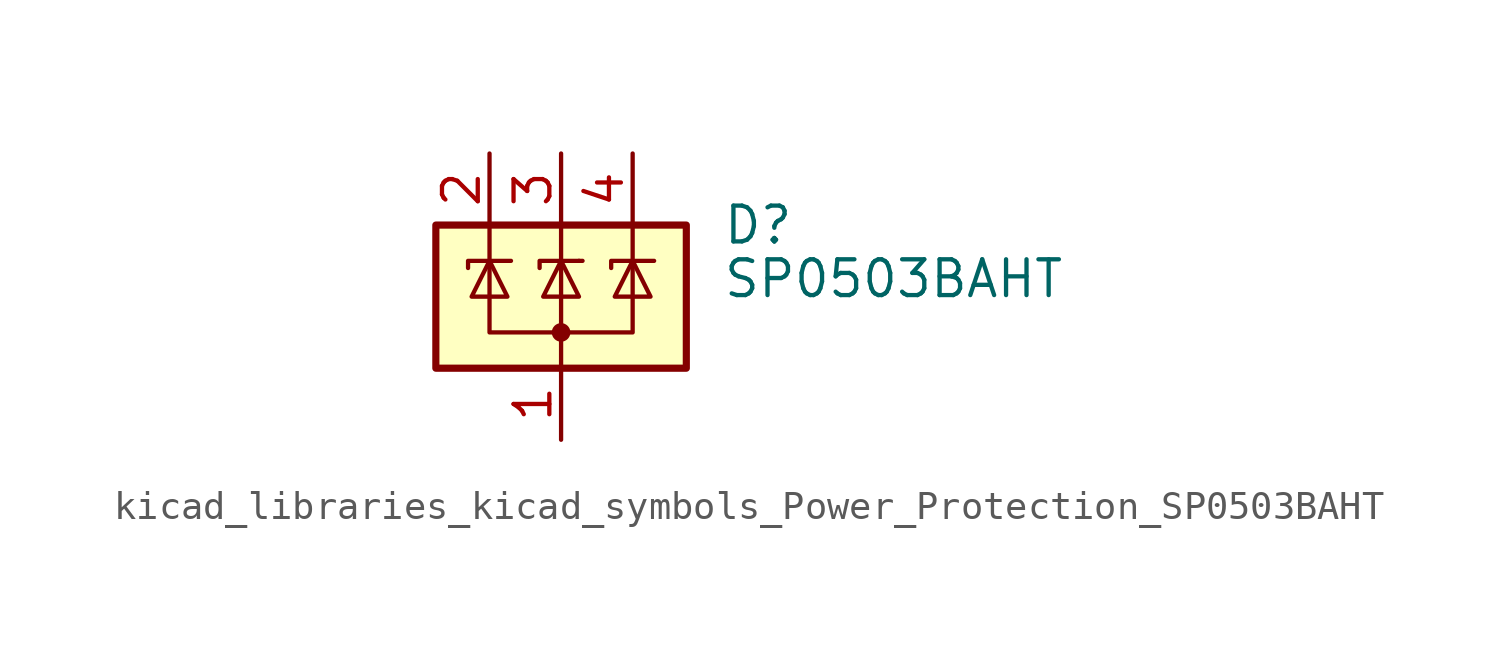
<source format=kicad_sym>
(kicad_symbol_lib
  (version 20220914)
  (generator kicad_symbol_editor)
  (symbol "kicad_libraries_kicad_symbols_Power_Protection_SP0503BAHT"
    (pin_names hide)
    (property "Reference" "D"
      (at 5.715 2.54 0)
      (effects (font (size 1.27 1.27)) (justify left)))
    (property "Value" "SP0503BAHT"
      (at 5.715 0.635 0)
      (effects (font (size 1.27 1.27)) (justify left)))
    (symbol "kicad_libraries_kicad_symbols_Power_Protection_SP0503BAHT_0_0"
      (pin passive line (at 0 -5.08 90) (length 2.54) (name "A" (effects (font (size 1.27 1.27)))) (number "1" (effects (font (size 1.27 1.27))))))
    (symbol "kicad_libraries_kicad_symbols_Power_Protection_SP0503BAHT_0_1"
      (rectangle (start -4.445 2.54) (end 4.445 -2.54) (stroke (width 0.254) (type default)) (fill (type background)))
      (circle (center 0 -1.27) (radius 0.254) (stroke (width 0) (type default)) (fill (type outline)))
      (polyline (pts (xy -2.54 2.54) (xy -2.54 1.27)) (stroke (width 0) (type default)) (fill (type none)))
      (polyline (pts (xy 0 -1.27) (xy 0 -2.54)) (stroke (width 0) (type default)) (fill (type none)))
      (polyline (pts (xy 0 -1.27) (xy 0 1.27)) (stroke (width 0) (type default)) (fill (type none)))
      (polyline (pts (xy 0 2.54) (xy 0 1.27)) (stroke (width 0) (type default)) (fill (type none)))
      (polyline (pts (xy 0.635 1.27) (xy 0.762 1.27)) (stroke (width 0) (type default)) (fill (type none)))
      (polyline (pts (xy 2.54 2.54) (xy 2.54 1.27)) (stroke (width 0) (type default)) (fill (type none)))
      (polyline (pts (xy 0.635 1.27) (xy -0.762 1.27) (xy -0.762 1.016)) (stroke (width 0) (type default)) (fill (type none)))
      (polyline (pts (xy -3.302 1.016) (xy -3.302 1.27) (xy -1.905 1.27) (xy -1.778 1.27)) (stroke (width 0) (type default)) (fill (type none)))
      (polyline (pts (xy -2.54 1.27) (xy -2.54 -1.27) (xy 2.54 -1.27) (xy 2.54 1.27)) (stroke (width 0) (type default)) (fill (type none)))
      (polyline (pts (xy -2.54 1.27) (xy -1.905 0) (xy -3.175 0) (xy -2.54 1.27)) (stroke (width 0) (type default)) (fill (type none)))
      (polyline (pts (xy 0.635 0) (xy -0.635 0) (xy 0 1.27) (xy 0.635 0)) (stroke (width 0) (type default)) (fill (type none)))
      (polyline (pts (xy 1.778 1.016) (xy 1.778 1.27) (xy 3.175 1.27) (xy 3.302 1.27)) (stroke (width 0) (type default)) (fill (type none)))
      (polyline (pts (xy 2.54 1.27) (xy 1.905 0) (xy 3.175 0) (xy 2.54 1.27)) (stroke (width 0) (type default)) (fill (type none))))
    (symbol "kicad_libraries_kicad_symbols_Power_Protection_SP0503BAHT_1_1"
      (pin passive line (at -2.54 5.08 270) (length 2.54) (name "K" (effects (font (size 1.27 1.27)))) (number "2" (effects (font (size 1.27 1.27)))))
      (pin passive line (at 0 5.08 270) (length 2.54) (name "K" (effects (font (size 1.27 1.27)))) (number "3" (effects (font (size 1.27 1.27)))))
      (pin passive line (at 2.54 5.08 270) (length 2.54) (name "K" (effects (font (size 1.27 1.27)))) (number "4" (effects (font (size 1.27 1.27))))))))
</source>
